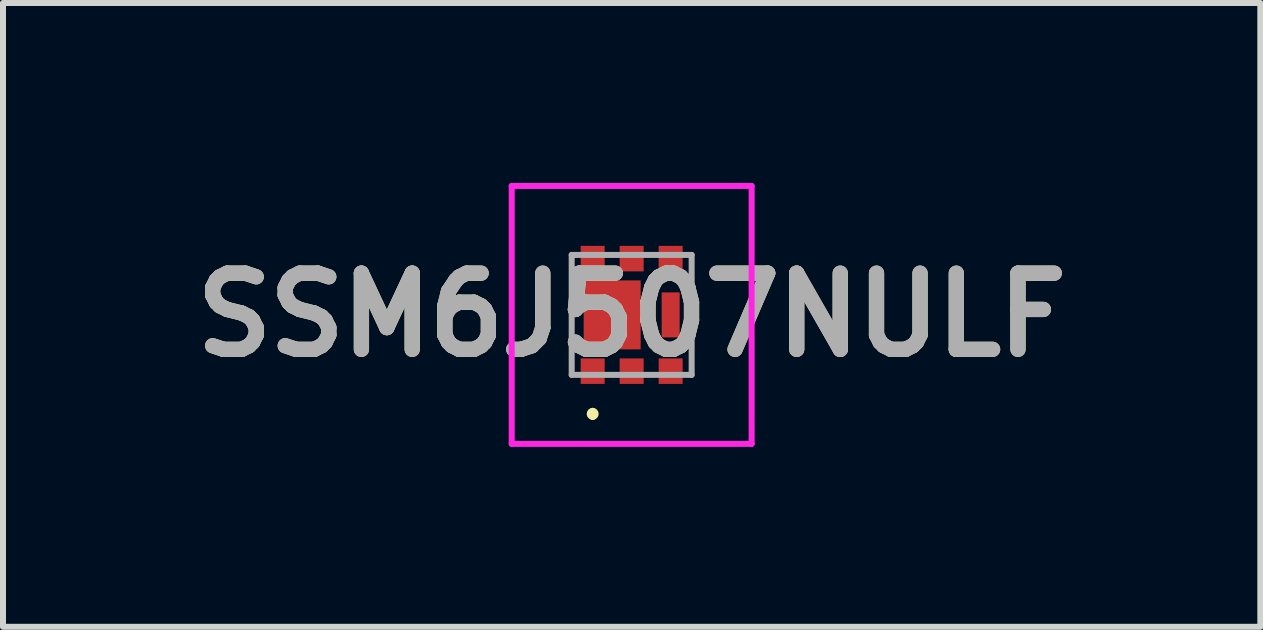
<source format=kicad_pcb>
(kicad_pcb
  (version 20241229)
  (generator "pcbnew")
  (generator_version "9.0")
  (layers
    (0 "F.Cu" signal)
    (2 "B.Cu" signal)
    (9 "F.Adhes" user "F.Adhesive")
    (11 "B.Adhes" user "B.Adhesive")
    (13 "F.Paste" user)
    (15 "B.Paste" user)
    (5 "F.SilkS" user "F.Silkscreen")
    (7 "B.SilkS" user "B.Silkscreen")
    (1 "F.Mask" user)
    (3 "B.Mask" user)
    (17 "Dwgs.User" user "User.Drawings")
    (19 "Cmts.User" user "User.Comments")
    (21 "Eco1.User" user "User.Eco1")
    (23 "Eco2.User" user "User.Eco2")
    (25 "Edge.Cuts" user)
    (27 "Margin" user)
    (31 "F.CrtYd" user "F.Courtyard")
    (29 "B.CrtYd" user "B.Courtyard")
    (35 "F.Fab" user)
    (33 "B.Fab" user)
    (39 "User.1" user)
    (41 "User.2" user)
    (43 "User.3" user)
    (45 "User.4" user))
  (footprint "SSM6J507NULF"
    (layer "F.Cu")
    (at 7.481 2.2)
    (property "Reference" "SSM6J507NULF" (at 0 0 0) (layer "F.SilkS") (effects (font (size 1.27 1.27) (thickness 0.254))))
    (attr smd)
    (fp_line (start -0.65 1.6) (end -0.65 1.6) (stroke (width 0.1) (type solid)) (layer "F.SilkS"))
    (fp_line (start -0.65 1.7) (end -0.65 1.7) (stroke (width 0.1) (type solid)) (layer "F.SilkS"))
    (fp_arc (start -0.65 1.6) (mid -0.6 1.65) (end -0.65 1.7) (stroke (width 0.1) (type solid)) (layer "F.SilkS"))
    (fp_arc (start -0.65 1.7) (mid -0.7 1.65) (end -0.65 1.6) (stroke (width 0.1) (type solid)) (layer "F.SilkS"))
    (fp_line (start -2 -2.15) (end 2 -2.15) (stroke (width 0.1) (type solid)) (layer "F.CrtYd"))
    (fp_line (start -2 2.15) (end -2 -2.15) (stroke (width 0.1) (type solid)) (layer "F.CrtYd"))
    (fp_line (start 2 -2.15) (end 2 2.15) (stroke (width 0.1) (type solid)) (layer "F.CrtYd"))
    (fp_line (start 2 2.15) (end -2 2.15) (stroke (width 0.1) (type solid)) (layer "F.CrtYd"))
    (fp_line (start -1 -1) (end -1 1) (stroke (width 0.1) (type solid)) (layer "F.Fab"))
    (fp_line (start -1 1) (end 1 1) (stroke (width 0.1) (type solid)) (layer "F.Fab"))
    (fp_line (start 1 -1) (end -1 -1) (stroke (width 0.1) (type solid)) (layer "F.Fab"))
    (fp_line (start 1 1) (end 1 -1) (stroke (width 0.1) (type solid)) (layer "F.Fab"))
    (fp_text user "${REFERENCE}" (at 0 0 0) (layer "F.Fab") (effects (font (size 1.27 1.27) (thickness 0.254))))
    (pad "1" smd rect (at -0.65 0.938) (size 0.4 0.425) (layers "F.Cu" "F.Mask" "F.Paste"))
    (pad "2" smd rect (at 0 0.938) (size 0.4 0.425) (layers "F.Cu" "F.Mask" "F.Paste"))
    (pad "3" smd rect (at 0.65 0.938) (size 0.4 0.425) (layers "F.Cu" "F.Mask" "F.Paste"))
    (pad "4" smd rect (at 0.65 -0.938) (size 0.4 0.425) (layers "F.Cu" "F.Mask" "F.Paste"))
    (pad "5" smd rect (at 0 -0.938) (size 0.4 0.425) (layers "F.Cu" "F.Mask" "F.Paste"))
    (pad "6" smd rect (at -0.65 -0.938) (size 0.4 0.425) (layers "F.Cu" "F.Mask" "F.Paste"))
    (pad "7" smd rect (at -0.325 0) (size 0.95 1.15) (layers "F.Cu" "F.Mask" "F.Paste"))
    (pad "8" smd rect (at 0.65 0) (size 0.3 0.75) (layers "F.Cu" "F.Mask" "F.Paste")))
  (gr_rect
    (start -3 -3)
    (end 17.962 7.4)
    (stroke (width 0.1) (type default))
    (fill no)
    (layer "Edge.Cuts")))
</source>
